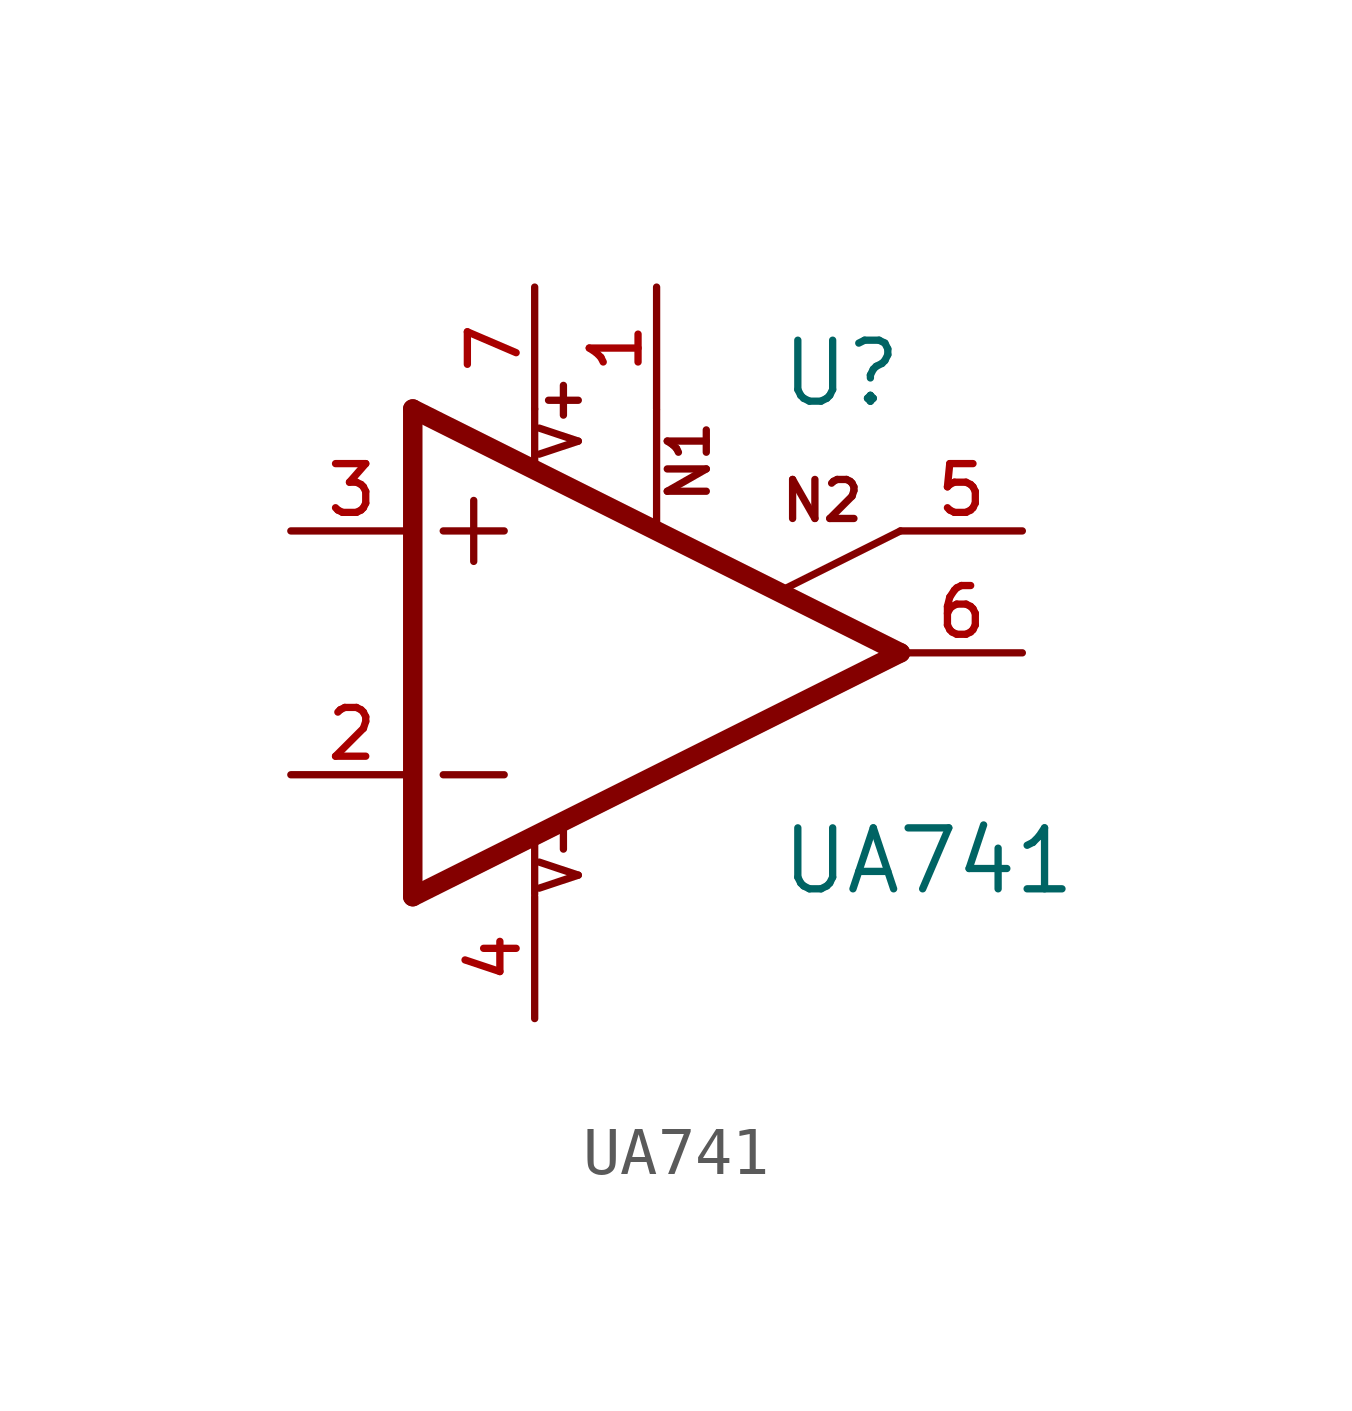
<source format=kicad_sym>
(kicad_symbol_lib
  (version 20211014)
  (generator kicad_symbol_editor)
  (symbol "UA741"
    (pin_names
      (offset 1.016))
    (property "Reference" "U"
      (at 2.54 5.08 0)
      (effects (font (size 1.27 1.27)) (justify bottom left)))
    (property "Value" "UA741"
      (at 2.54 -5.08 0)
      (effects (font (size 1.27 1.27)) (justify bottom left)))
    (symbol "UA741_0_0"
      (polyline (pts (xy -3.81 3.175) (xy -3.81 1.905)) (stroke (width 0.152)))
      (polyline (pts (xy -4.445 2.54) (xy -3.175 2.54)) (stroke (width 0.152)))
      (polyline (pts (xy -4.445 -2.54) (xy -3.175 -2.54)) (stroke (width 0.152)))
      (polyline (pts (xy -2.54 5.08) (xy -2.54 3.886)) (stroke (width 0.152)))
      (polyline (pts (xy 0.0 5.055) (xy 0.0 2.591)) (stroke (width 0.152)))
      (polyline (pts (xy -2.54 -3.886) (xy -2.54 -5.029)) (stroke (width 0.152)))
      (polyline (pts (xy 5.08 2.54) (xy 2.591 1.295)) (stroke (width 0.152)))
      (polyline (pts (xy 5.08 0.0) (xy -5.08 5.08)) (stroke (width 0.406)))
      (polyline (pts (xy -5.08 5.08) (xy -5.08 -5.08)) (stroke (width 0.406)))
      (polyline (pts (xy -5.08 -5.08) (xy 5.08 0.0)) (stroke (width 0.406)))
      (text "N1" (at 1.143 3.073 900) (effects (font (size 0.813 0.813)) (justify bottom left)))
      (text "N2" (at 2.54 2.692 0) (effects (font (size 0.813 0.813)) (justify bottom left)))
      (text "V+" (at -1.524 3.962 900) (effects (font (size 0.813 0.813)) (justify bottom left)))
      (text "V-" (at -1.524 -5.08 900) (effects (font (size 0.813 0.813)) (justify bottom left)))
      (pin passive line (at 7.62 2.54 180.0) (length 2.54) (name "~" (effects (font (size 1.016 1.016)))) (number "5" (effects (font (size 1.016 1.016)))))
      (pin passive line (at 0.0 7.62 270.0) (length 2.54) (name "~" (effects (font (size 1.016 1.016)))) (number "1" (effects (font (size 1.016 1.016)))))
      (pin input line (at -7.62 -2.54 0) (length 2.54) (name "~" (effects (font (size 1.016 1.016)))) (number "2" (effects (font (size 1.016 1.016)))))
      (pin input line (at -7.62 2.54 0) (length 2.54) (name "~" (effects (font (size 1.016 1.016)))) (number "3" (effects (font (size 1.016 1.016)))))
      (pin output line (at 7.62 0.0 180.0) (length 2.54) (name "~" (effects (font (size 1.016 1.016)))) (number "6" (effects (font (size 1.016 1.016)))))
      (pin power_in line (at -2.54 7.62 270.0) (length 2.54) (name "~" (effects (font (size 1.016 1.016)))) (number "7" (effects (font (size 1.016 1.016)))))
      (pin power_in line (at -2.54 -7.62 90.0) (length 2.54) (name "~" (effects (font (size 1.016 1.016)))) (number "4" (effects (font (size 1.016 1.016))))))))
</source>
